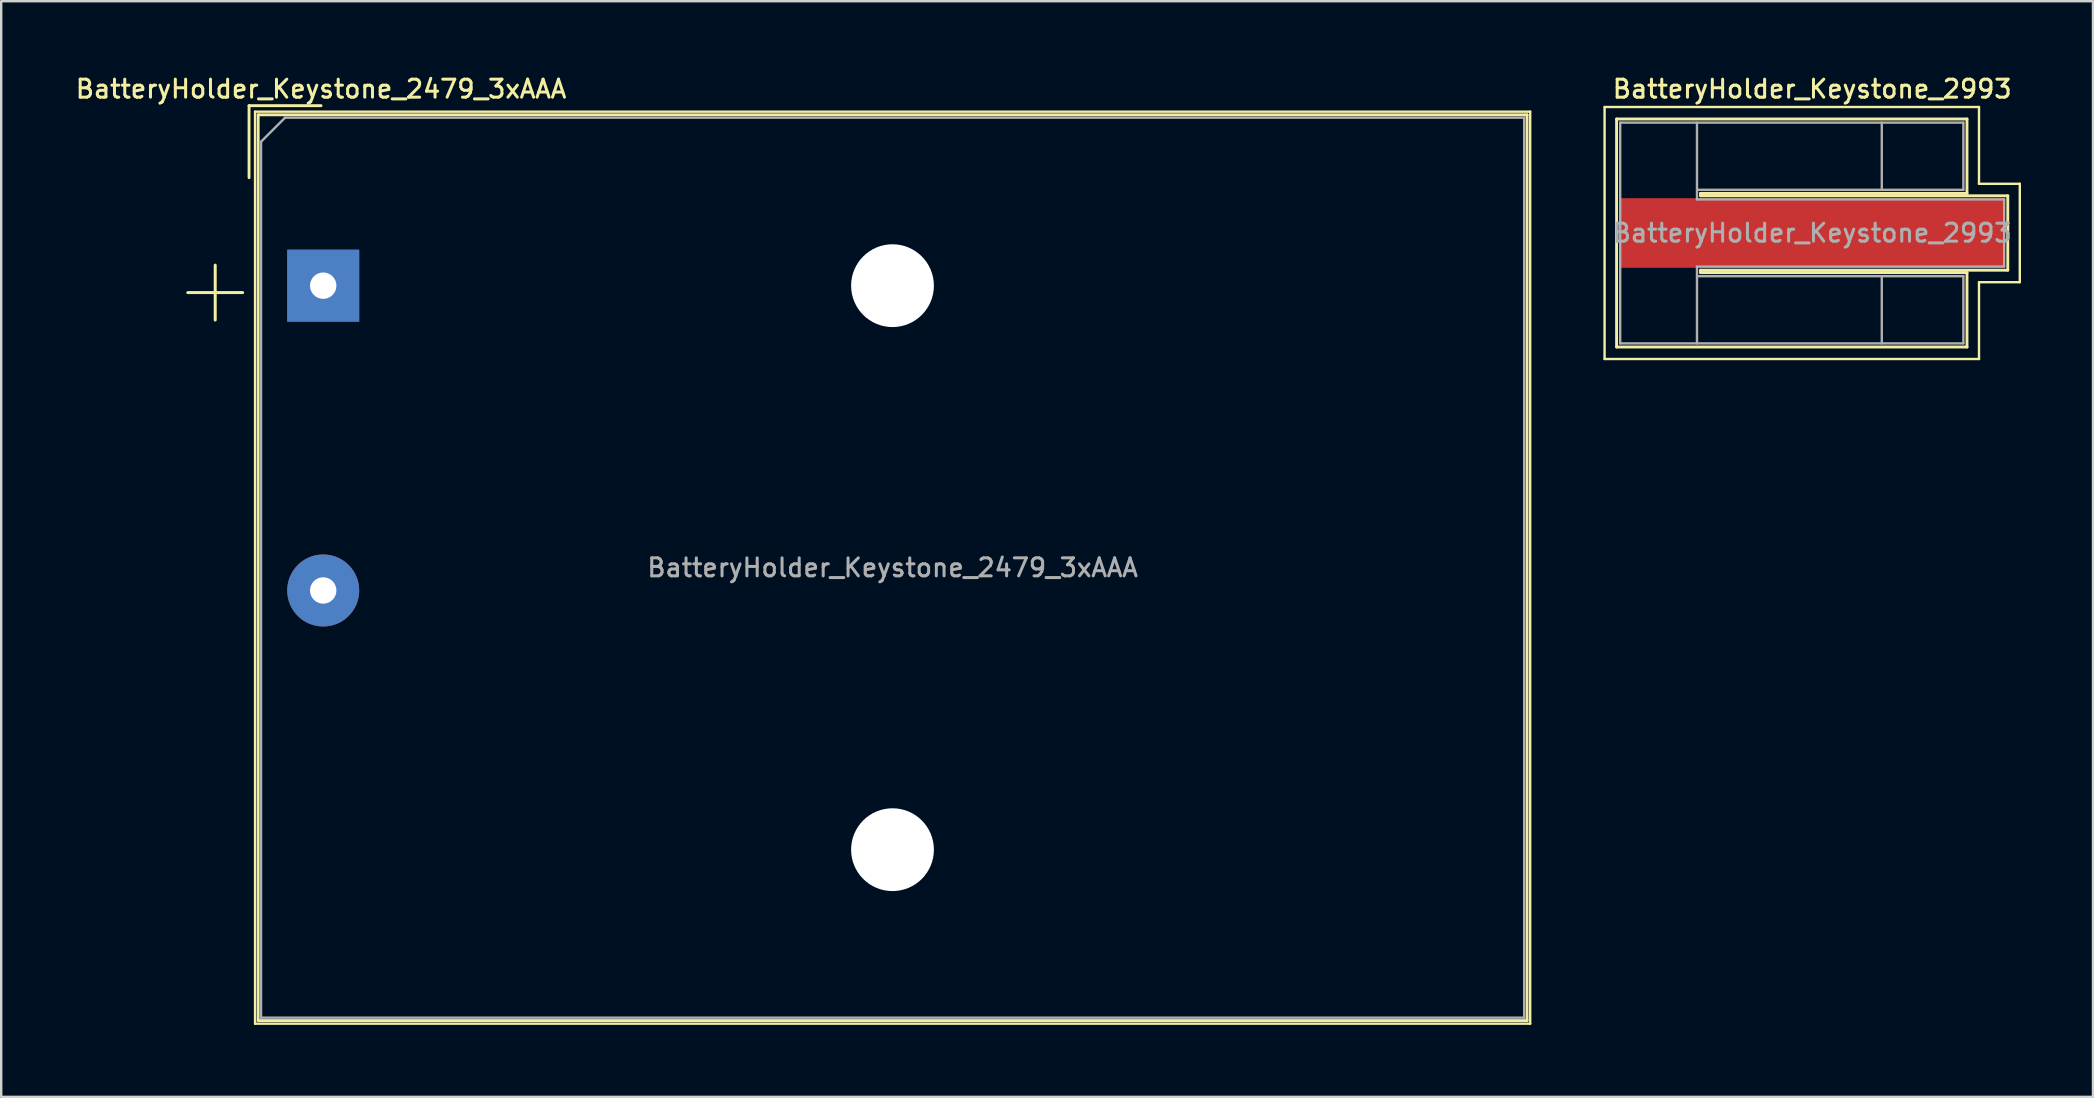
<source format=kicad_pcb>
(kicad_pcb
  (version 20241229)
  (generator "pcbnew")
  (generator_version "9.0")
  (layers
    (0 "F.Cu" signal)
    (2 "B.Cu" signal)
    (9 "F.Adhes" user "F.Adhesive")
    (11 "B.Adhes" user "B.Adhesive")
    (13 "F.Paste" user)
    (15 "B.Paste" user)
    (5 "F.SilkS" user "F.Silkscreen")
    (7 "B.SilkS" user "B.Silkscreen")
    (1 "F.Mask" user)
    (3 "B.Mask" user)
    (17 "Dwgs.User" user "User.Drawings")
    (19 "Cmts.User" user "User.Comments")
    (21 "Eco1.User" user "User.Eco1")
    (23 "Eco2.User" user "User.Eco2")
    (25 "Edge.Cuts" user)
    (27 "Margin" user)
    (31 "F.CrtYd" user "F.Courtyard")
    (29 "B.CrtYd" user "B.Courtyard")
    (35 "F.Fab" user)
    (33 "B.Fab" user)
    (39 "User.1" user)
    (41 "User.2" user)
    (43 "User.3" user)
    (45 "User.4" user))
  (footprint "BatteryHolder_Keystone_2479_3xAAA"
    (layer "F.Cu")
    (at 10.417 8.853)
    (property "Reference" "BatteryHolder_Keystone_2479_3xAAA" (at -0.09 -8.195 0) (layer "F.SilkS") (effects (font (size 0.75 0.75) (thickness 0.125))))
    (attr through_hole)
    (fp_line (start -3.09 -7.5) (end -0.09 -7.5) (stroke (width 0.12) (type solid)) (layer "F.SilkS"))
    (fp_line (start -3.09 -4.5) (end -3.09 -7.5) (stroke (width 0.12) (type solid)) (layer "F.SilkS"))
    (fp_line (start -2.84 -7.25) (end -2.84 30.75) (stroke (width 0.1) (type solid)) (layer "F.SilkS"))
    (fp_line (start -2.84 -7.25) (end 50.29 -7.25) (stroke (width 0.1) (type solid)) (layer "F.SilkS"))
    (fp_line (start -2.84 30.75) (end 50.29 30.75) (stroke (width 0.1) (type solid)) (layer "F.SilkS"))
    (fp_line (start -2.71 -7.12) (end -2.71 30.62) (stroke (width 0.12) (type solid)) (layer "F.SilkS"))
    (fp_line (start -2.71 -7.12) (end 50.16 -7.12) (stroke (width 0.12) (type solid)) (layer "F.SilkS"))
    (fp_line (start -2.71 30.62) (end 50.16 30.62) (stroke (width 0.12) (type solid)) (layer "F.SilkS"))
    (fp_line (start 50.16 -7.12) (end 50.16 30.62) (stroke (width 0.12) (type solid)) (layer "F.SilkS"))
    (fp_line (start 50.29 -7.25) (end 50.29 30.75) (stroke (width 0.1) (type solid)) (layer "F.SilkS"))
    (fp_line (start -2.59 -6) (end -1.59 -7) (stroke (width 0.1) (type solid)) (layer "F.Fab"))
    (fp_line (start -2.59 30.5) (end -2.59 -6) (stroke (width 0.1) (type solid)) (layer "F.Fab"))
    (fp_line (start -1.59 -7) (end 50.04 -7) (stroke (width 0.1) (type solid)) (layer "F.Fab"))
    (fp_line (start 50.04 -7) (end 50.04 30.5) (stroke (width 0.1) (type solid)) (layer "F.Fab"))
    (fp_line (start 50.04 30.5) (end -2.59 30.5) (stroke (width 0.1) (type solid)) (layer "F.Fab"))
    (fp_text user "+" (at -4.5 0.05 0) (layer "F.SilkS") (effects (font (size 3 3) (thickness 0.125))))
    (fp_text user "${REFERENCE}" (at 23.725 11.75 0) (layer "F.Fab") (effects (font (size 0.75 0.75) (thickness 0.125))))
    (pad "" np_thru_hole circle (at 23.72 0) (size 3.45 3.45) (drill 3.45) (layers "*.Cu" "*.Mask"))
    (pad "" np_thru_hole circle (at 23.72 23.5) (size 3.45 3.45) (drill 3.45) (layers "*.Cu" "*.Mask"))
    (pad "1" thru_hole rect (at 0 0) (size 3 3) (drill 1.1) (layers "*.Cu" "*.Mask"))
    (pad "2" thru_hole circle (at 0 12.7) (size 3 3) (drill 1.1) (layers "*.Cu" "*.Mask")))
  (footprint "BatteryHolder_Keystone_2993"
    (layer "F.Cu")
    (at 72.457 6.658)
    (property "Reference" "BatteryHolder_Keystone_2993" (at 0 -6 0) (layer "F.SilkS") (effects (font (size 0.75 0.75) (thickness 0.125))))
    (attr smd)
    (fp_line (start -8.65 -5.25) (end -8.65 5.25) (stroke (width 0.1) (type solid)) (layer "F.SilkS"))
    (fp_line (start -8.65 -5.25) (end 6.95 -5.25) (stroke (width 0.1) (type solid)) (layer "F.SilkS"))
    (fp_line (start -8.65 5.25) (end 6.95 5.25) (stroke (width 0.1) (type solid)) (layer "F.SilkS"))
    (fp_line (start -8.15 -4.75) (end -8.15 4.75) (stroke (width 0.12) (type solid)) (layer "F.SilkS"))
    (fp_line (start -8.15 -4.75) (end 6.45 -4.75) (stroke (width 0.12) (type solid)) (layer "F.SilkS"))
    (fp_line (start -8.15 4.75) (end 6.45 4.75) (stroke (width 0.12) (type solid)) (layer "F.SilkS"))
    (fp_line (start -4.65 -1.65) (end -4.65 -1.55) (stroke (width 0.12) (type solid)) (layer "F.SilkS"))
    (fp_line (start -4.65 -1.55) (end 8.15 -1.55) (stroke (width 0.12) (type solid)) (layer "F.SilkS"))
    (fp_line (start -4.65 1.55) (end 8.15 1.55) (stroke (width 0.12) (type solid)) (layer "F.SilkS"))
    (fp_line (start -4.65 1.65) (end -4.65 1.55) (stroke (width 0.12) (type solid)) (layer "F.SilkS"))
    (fp_line (start 6.45 -4.75) (end 6.45 -1.65) (stroke (width 0.12) (type solid)) (layer "F.SilkS"))
    (fp_line (start 6.45 -1.65) (end -4.65 -1.65) (stroke (width 0.12) (type solid)) (layer "F.SilkS"))
    (fp_line (start 6.45 1.65) (end -4.65 1.65) (stroke (width 0.12) (type solid)) (layer "F.SilkS"))
    (fp_line (start 6.45 4.75) (end 6.45 1.65) (stroke (width 0.12) (type solid)) (layer "F.SilkS"))
    (fp_line (start 6.95 -5.25) (end 6.95 -2.05) (stroke (width 0.1) (type solid)) (layer "F.SilkS"))
    (fp_line (start 6.95 -2.05) (end 8.65 -2.05) (stroke (width 0.1) (type solid)) (layer "F.SilkS"))
    (fp_line (start 6.95 2.05) (end 8.65 2.05) (stroke (width 0.1) (type solid)) (layer "F.SilkS"))
    (fp_line (start 6.95 5.25) (end 6.95 2.05) (stroke (width 0.1) (type solid)) (layer "F.SilkS"))
    (fp_line (start 8.15 -1.55) (end 8.15 1.55) (stroke (width 0.12) (type solid)) (layer "F.SilkS"))
    (fp_line (start 8.65 -2.05) (end 8.65 2.05) (stroke (width 0.1) (type solid)) (layer "F.SilkS"))
    (fp_line (start -8 -4.6) (end -8 4.6) (stroke (width 0.1) (type solid)) (layer "F.Fab"))
    (fp_line (start -8 -4.6) (end 6.3 -4.6) (stroke (width 0.1) (type solid)) (layer "F.Fab"))
    (fp_line (start -4.8 -1.4) (end -4.8 -4.6) (stroke (width 0.1) (type solid)) (layer "F.Fab"))
    (fp_line (start -4.8 -1.4) (end 8 -1.4) (stroke (width 0.1) (type solid)) (layer "F.Fab"))
    (fp_line (start -4.8 1.4) (end -4.8 4.6) (stroke (width 0.1) (type solid)) (layer "F.Fab"))
    (fp_line (start 2.9 -1.8) (end 2.9 -4.6) (stroke (width 0.1) (type solid)) (layer "F.Fab"))
    (fp_line (start 2.9 1.8) (end 2.9 4.6) (stroke (width 0.1) (type solid)) (layer "F.Fab"))
    (fp_line (start 6.3 -4.6) (end 6.3 -1.8) (stroke (width 0.1) (type solid)) (layer "F.Fab"))
    (fp_line (start 6.3 -1.8) (end -4.8 -1.8) (stroke (width 0.1) (type solid)) (layer "F.Fab"))
    (fp_line (start 6.3 1.8) (end -4.8 1.8) (stroke (width 0.1) (type solid)) (layer "F.Fab"))
    (fp_line (start 6.3 4.6) (end -8 4.6) (stroke (width 0.1) (type solid)) (layer "F.Fab"))
    (fp_line (start 6.3 4.6) (end 6.3 1.8) (stroke (width 0.1) (type solid)) (layer "F.Fab"))
    (fp_line (start 8 -1.4) (end 8 1.4) (stroke (width 0.1) (type solid)) (layer "F.Fab"))
    (fp_line (start 8 1.4) (end -4.8 1.4) (stroke (width 0.1) (type solid)) (layer "F.Fab"))
    (fp_text user "${REFERENCE}" (at 0 0 0) (layer "F.Fab") (effects (font (size 0.75 0.75) (thickness 0.125))))
    (pad "1" smd rect (at 0 0) (size 16 2.9) (layers "F.Cu" "F.Mask" "F.Paste")))
  (gr_rect
    (start -3 -3)
    (end 84.157 42.653)
    (stroke (width 0.1) (type default))
    (fill no)
    (layer "Edge.Cuts")))
</source>
